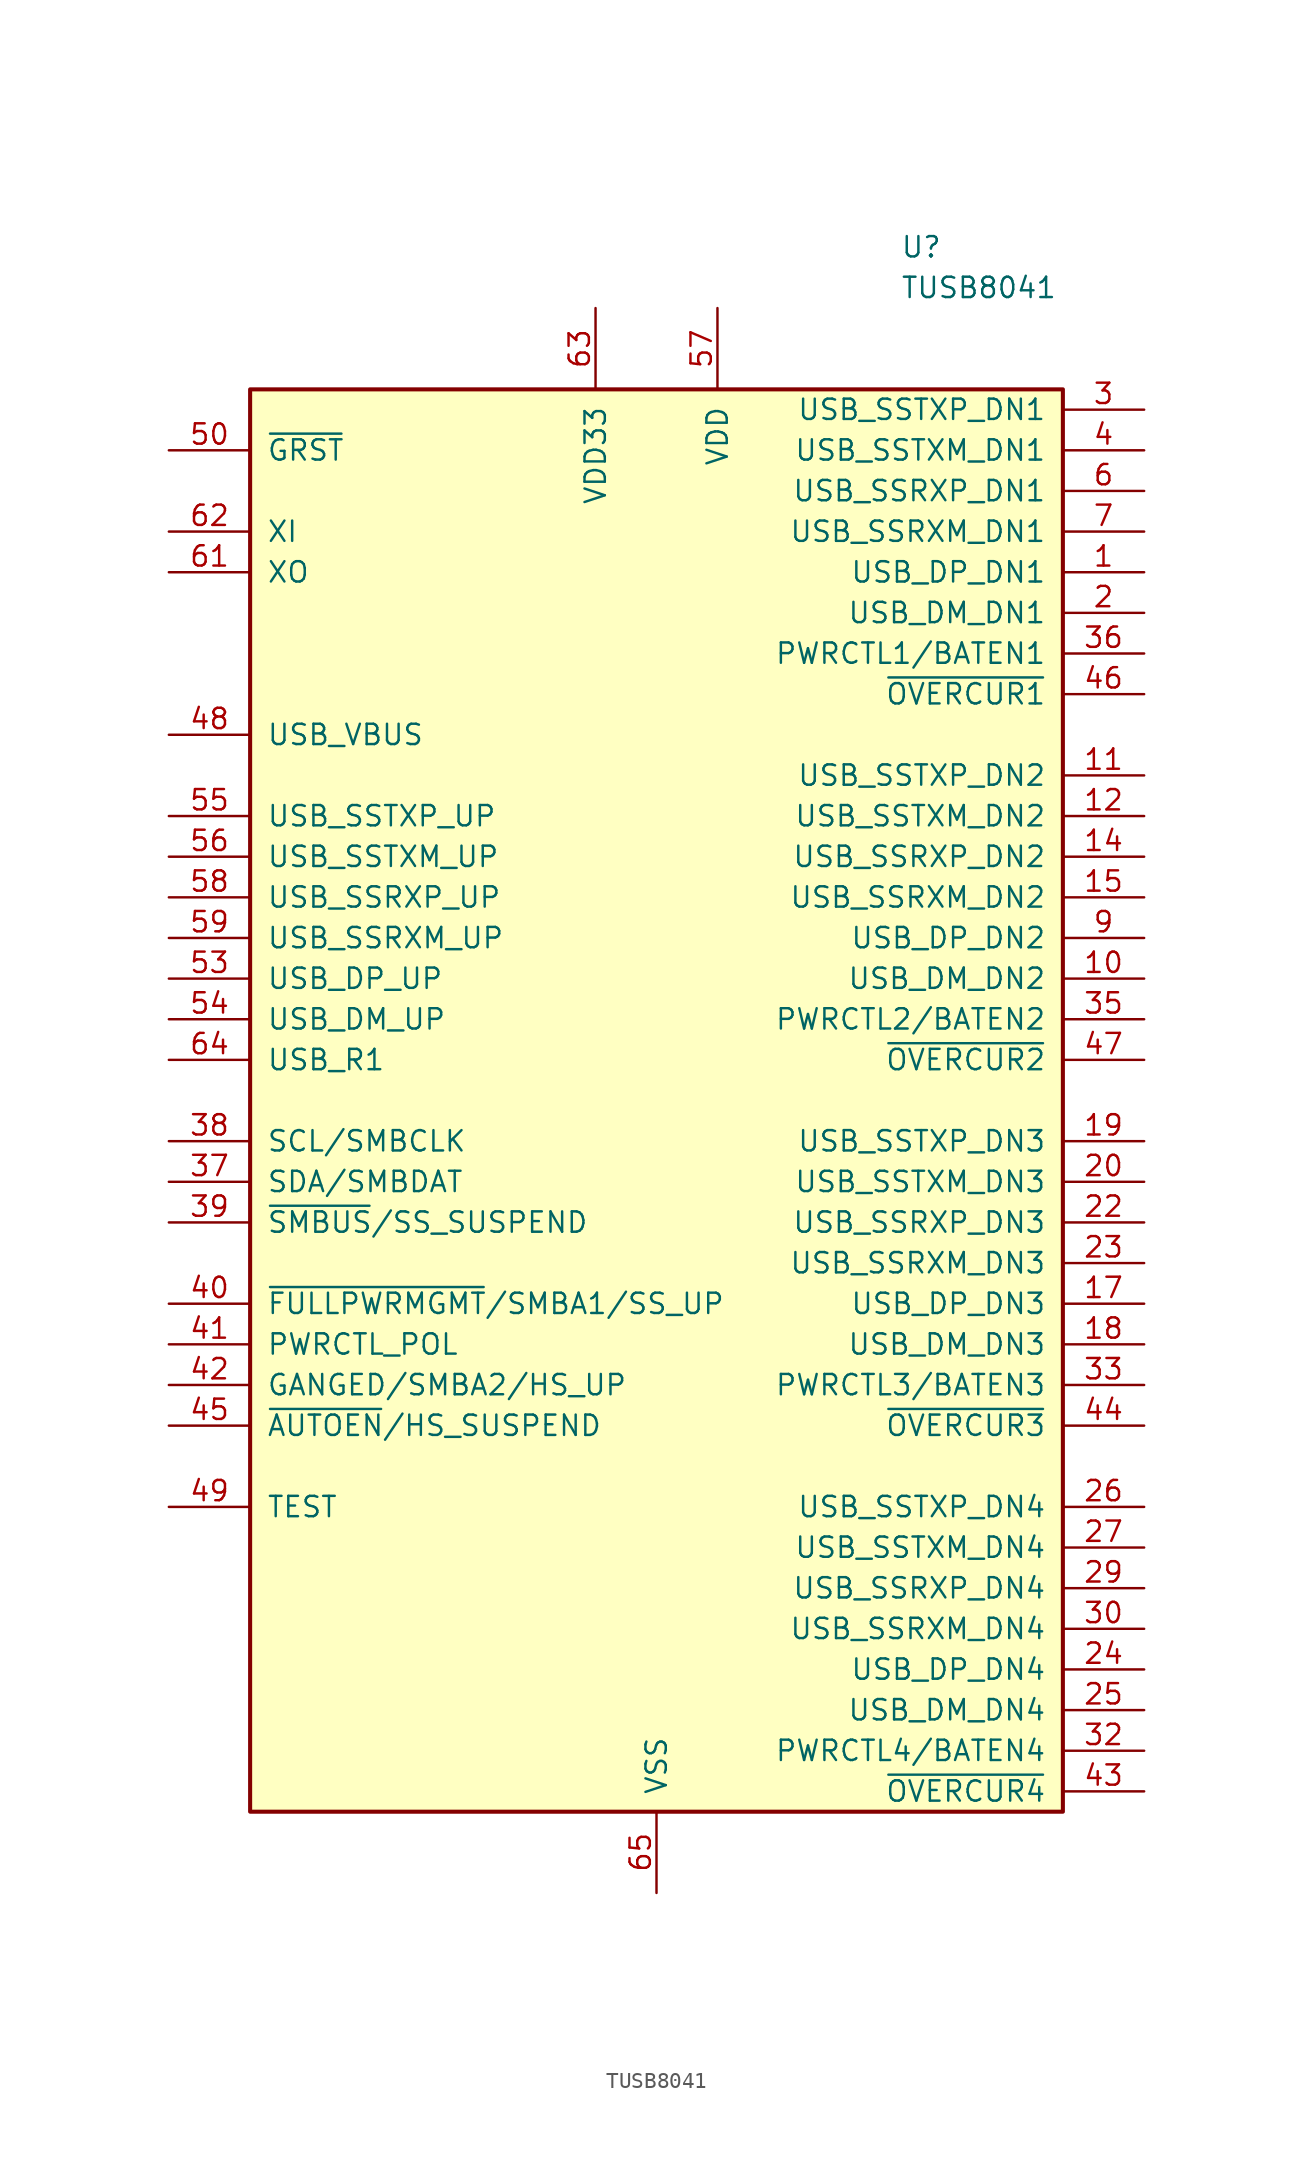
<source format=kicad_sym>
(kicad_symbol_lib
  (version 20241209)
  (generator "kicad_symbol_editor")
  (generator_version "9.0")
  (symbol "TUSB8041"
    (pin_names
      (offset 1.016))
    (property "Reference" "U"
      (at 15.24 53.34 0)
      (effects (font (size 1.27 1.27)) (justify left)))
    (property "Value" "TUSB8041"
      (at 15.24 50.8 0)
      (effects (font (size 1.27 1.27)) (justify left)))
    (symbol "TUSB8041_0_1"
      (rectangle (start -25.4 44.45) (end 25.4 -44.45) (stroke (width 0.254) (type solid)) (fill (type background))))
    (symbol "TUSB8041_1_1"
      (pin input line (at -30.48 40.64 0) (length 5.08) (name "~{GRST}" (effects (font (size 1.27 1.27)))) (number "50" (effects (font (size 1.27 1.27)))))
      (pin input line (at -30.48 35.56 0) (length 5.08) (name "XI" (effects (font (size 1.27 1.27)))) (number "62" (effects (font (size 1.27 1.27)))))
      (pin output line (at -30.48 33.02 0) (length 5.08) (name "XO" (effects (font (size 1.27 1.27)))) (number "61" (effects (font (size 1.27 1.27)))))
      (pin input line (at -30.48 22.86 0) (length 5.08) (name "USB_VBUS" (effects (font (size 1.27 1.27)))) (number "48" (effects (font (size 1.27 1.27)))))
      (pin output line (at -30.48 17.78 0) (length 5.08) (name "USB_SSTXP_UP" (effects (font (size 1.27 1.27)))) (number "55" (effects (font (size 1.27 1.27)))))
      (pin output line (at -30.48 15.24 0) (length 5.08) (name "USB_SSTXM_UP" (effects (font (size 1.27 1.27)))) (number "56" (effects (font (size 1.27 1.27)))))
      (pin input line (at -30.48 12.7 0) (length 5.08) (name "USB_SSRXP_UP" (effects (font (size 1.27 1.27)))) (number "58" (effects (font (size 1.27 1.27)))))
      (pin input line (at -30.48 10.16 0) (length 5.08) (name "USB_SSRXM_UP" (effects (font (size 1.27 1.27)))) (number "59" (effects (font (size 1.27 1.27)))))
      (pin bidirectional line (at -30.48 7.62 0) (length 5.08) (name "USB_DP_UP" (effects (font (size 1.27 1.27)))) (number "53" (effects (font (size 1.27 1.27)))))
      (pin bidirectional line (at -30.48 5.08 0) (length 5.08) (name "USB_DM_UP" (effects (font (size 1.27 1.27)))) (number "54" (effects (font (size 1.27 1.27)))))
      (pin input line (at -30.48 2.54 0) (length 5.08) (name "USB_R1" (effects (font (size 1.27 1.27)))) (number "64" (effects (font (size 1.27 1.27)))))
      (pin bidirectional line (at -30.48 -2.54 0) (length 5.08) (name "SCL/SMBCLK" (effects (font (size 1.27 1.27)))) (number "38" (effects (font (size 1.27 1.27)))))
      (pin bidirectional line (at -30.48 -5.08 0) (length 5.08) (name "SDA/SMBDAT" (effects (font (size 1.27 1.27)))) (number "37" (effects (font (size 1.27 1.27)))))
      (pin bidirectional line (at -30.48 -7.62 0) (length 5.08) (name "~{SMBUS}/SS_SUSPEND" (effects (font (size 1.27 1.27)))) (number "39" (effects (font (size 1.27 1.27)))))
      (pin bidirectional line (at -30.48 -12.7 0) (length 5.08) (name "~{FULLPWRMGMT}/SMBA1/SS_UP" (effects (font (size 1.27 1.27)))) (number "40" (effects (font (size 1.27 1.27)))))
      (pin bidirectional line (at -30.48 -15.24 0) (length 5.08) (name "PWRCTL_POL" (effects (font (size 1.27 1.27)))) (number "41" (effects (font (size 1.27 1.27)))))
      (pin bidirectional line (at -30.48 -17.78 0) (length 5.08) (name "GANGED/SMBA2/HS_UP" (effects (font (size 1.27 1.27)))) (number "42" (effects (font (size 1.27 1.27)))))
      (pin bidirectional line (at -30.48 -20.32 0) (length 5.08) (name "~{AUTOEN}/HS_SUSPEND" (effects (font (size 1.27 1.27)))) (number "45" (effects (font (size 1.27 1.27)))))
      (pin input line (at -30.48 -25.4 0) (length 5.08) (name "TEST" (effects (font (size 1.27 1.27)))) (number "49" (effects (font (size 1.27 1.27)))))
      (pin passive line (at -3.81 49.53 270) (length 5.08) (hide yes) (name "VDD33" (effects (font (size 1.27 1.27)))) (number "16" (effects (font (size 1.27 1.27)))))
      (pin passive line (at -3.81 49.53 270) (length 5.08) (hide yes) (name "VDD33" (effects (font (size 1.27 1.27)))) (number "34" (effects (font (size 1.27 1.27)))))
      (pin passive line (at -3.81 49.53 270) (length 5.08) (hide yes) (name "VDD33" (effects (font (size 1.27 1.27)))) (number "52" (effects (font (size 1.27 1.27)))))
      (pin power_in line (at -3.81 49.53 270) (length 5.08) (name "VDD33" (effects (font (size 1.27 1.27)))) (number "63" (effects (font (size 1.27 1.27)))))
      (pin no_connect line (at -2.54 35.56 180) (length 5.08) (hide yes) (name "NC" (effects (font (size 1.27 1.27)))) (number "60" (effects (font (size 1.27 1.27)))))
      (pin power_in line (at 0 -49.53 90) (length 5.08) (name "VSS" (effects (font (size 1.27 1.27)))) (number "65" (effects (font (size 1.27 1.27)))))
      (pin passive line (at 3.81 49.53 270) (length 5.08) (hide yes) (name "VDD" (effects (font (size 1.27 1.27)))) (number "13" (effects (font (size 1.27 1.27)))))
      (pin passive line (at 3.81 49.53 270) (length 5.08) (hide yes) (name "VDD" (effects (font (size 1.27 1.27)))) (number "21" (effects (font (size 1.27 1.27)))))
      (pin passive line (at 3.81 49.53 270) (length 5.08) (hide yes) (name "VDD" (effects (font (size 1.27 1.27)))) (number "28" (effects (font (size 1.27 1.27)))))
      (pin passive line (at 3.81 49.53 270) (length 5.08) (hide yes) (name "VDD" (effects (font (size 1.27 1.27)))) (number "31" (effects (font (size 1.27 1.27)))))
      (pin passive line (at 3.81 49.53 270) (length 5.08) (hide yes) (name "VDD" (effects (font (size 1.27 1.27)))) (number "5" (effects (font (size 1.27 1.27)))))
      (pin passive line (at 3.81 49.53 270) (length 5.08) (hide yes) (name "VDD" (effects (font (size 1.27 1.27)))) (number "51" (effects (font (size 1.27 1.27)))))
      (pin power_in line (at 3.81 49.53 270) (length 5.08) (name "VDD" (effects (font (size 1.27 1.27)))) (number "57" (effects (font (size 1.27 1.27)))))
      (pin passive line (at 3.81 49.53 270) (length 5.08) (hide yes) (name "VDD" (effects (font (size 1.27 1.27)))) (number "8" (effects (font (size 1.27 1.27)))))
      (pin output line (at 30.48 43.18 180) (length 5.08) (name "USB_SSTXP_DN1" (effects (font (size 1.27 1.27)))) (number "3" (effects (font (size 1.27 1.27)))))
      (pin output line (at 30.48 40.64 180) (length 5.08) (name "USB_SSTXM_DN1" (effects (font (size 1.27 1.27)))) (number "4" (effects (font (size 1.27 1.27)))))
      (pin input line (at 30.48 38.1 180) (length 5.08) (name "USB_SSRXP_DN1" (effects (font (size 1.27 1.27)))) (number "6" (effects (font (size 1.27 1.27)))))
      (pin input line (at 30.48 35.56 180) (length 5.08) (name "USB_SSRXM_DN1" (effects (font (size 1.27 1.27)))) (number "7" (effects (font (size 1.27 1.27)))))
      (pin bidirectional line (at 30.48 33.02 180) (length 5.08) (name "USB_DP_DN1" (effects (font (size 1.27 1.27)))) (number "1" (effects (font (size 1.27 1.27)))))
      (pin bidirectional line (at 30.48 30.48 180) (length 5.08) (name "USB_DM_DN1" (effects (font (size 1.27 1.27)))) (number "2" (effects (font (size 1.27 1.27)))))
      (pin bidirectional line (at 30.48 27.94 180) (length 5.08) (name "PWRCTL1/BATEN1" (effects (font (size 1.27 1.27)))) (number "36" (effects (font (size 1.27 1.27)))))
      (pin input line (at 30.48 25.4 180) (length 5.08) (name "~{OVERCUR1}" (effects (font (size 1.27 1.27)))) (number "46" (effects (font (size 1.27 1.27)))))
      (pin output line (at 30.48 20.32 180) (length 5.08) (name "USB_SSTXP_DN2" (effects (font (size 1.27 1.27)))) (number "11" (effects (font (size 1.27 1.27)))))
      (pin output line (at 30.48 17.78 180) (length 5.08) (name "USB_SSTXM_DN2" (effects (font (size 1.27 1.27)))) (number "12" (effects (font (size 1.27 1.27)))))
      (pin input line (at 30.48 15.24 180) (length 5.08) (name "USB_SSRXP_DN2" (effects (font (size 1.27 1.27)))) (number "14" (effects (font (size 1.27 1.27)))))
      (pin input line (at 30.48 12.7 180) (length 5.08) (name "USB_SSRXM_DN2" (effects (font (size 1.27 1.27)))) (number "15" (effects (font (size 1.27 1.27)))))
      (pin bidirectional line (at 30.48 10.16 180) (length 5.08) (name "USB_DP_DN2" (effects (font (size 1.27 1.27)))) (number "9" (effects (font (size 1.27 1.27)))))
      (pin bidirectional line (at 30.48 7.62 180) (length 5.08) (name "USB_DM_DN2" (effects (font (size 1.27 1.27)))) (number "10" (effects (font (size 1.27 1.27)))))
      (pin bidirectional line (at 30.48 5.08 180) (length 5.08) (name "PWRCTL2/BATEN2" (effects (font (size 1.27 1.27)))) (number "35" (effects (font (size 1.27 1.27)))))
      (pin input line (at 30.48 2.54 180) (length 5.08) (name "~{OVERCUR2}" (effects (font (size 1.27 1.27)))) (number "47" (effects (font (size 1.27 1.27)))))
      (pin output line (at 30.48 -2.54 180) (length 5.08) (name "USB_SSTXP_DN3" (effects (font (size 1.27 1.27)))) (number "19" (effects (font (size 1.27 1.27)))))
      (pin output line (at 30.48 -5.08 180) (length 5.08) (name "USB_SSTXM_DN3" (effects (font (size 1.27 1.27)))) (number "20" (effects (font (size 1.27 1.27)))))
      (pin input line (at 30.48 -7.62 180) (length 5.08) (name "USB_SSRXP_DN3" (effects (font (size 1.27 1.27)))) (number "22" (effects (font (size 1.27 1.27)))))
      (pin input line (at 30.48 -10.16 180) (length 5.08) (name "USB_SSRXM_DN3" (effects (font (size 1.27 1.27)))) (number "23" (effects (font (size 1.27 1.27)))))
      (pin bidirectional line (at 30.48 -12.7 180) (length 5.08) (name "USB_DP_DN3" (effects (font (size 1.27 1.27)))) (number "17" (effects (font (size 1.27 1.27)))))
      (pin bidirectional line (at 30.48 -15.24 180) (length 5.08) (name "USB_DM_DN3" (effects (font (size 1.27 1.27)))) (number "18" (effects (font (size 1.27 1.27)))))
      (pin bidirectional line (at 30.48 -17.78 180) (length 5.08) (name "PWRCTL3/BATEN3" (effects (font (size 1.27 1.27)))) (number "33" (effects (font (size 1.27 1.27)))))
      (pin input line (at 30.48 -20.32 180) (length 5.08) (name "~{OVERCUR3}" (effects (font (size 1.27 1.27)))) (number "44" (effects (font (size 1.27 1.27)))))
      (pin output line (at 30.48 -25.4 180) (length 5.08) (name "USB_SSTXP_DN4" (effects (font (size 1.27 1.27)))) (number "26" (effects (font (size 1.27 1.27)))))
      (pin output line (at 30.48 -27.94 180) (length 5.08) (name "USB_SSTXM_DN4" (effects (font (size 1.27 1.27)))) (number "27" (effects (font (size 1.27 1.27)))))
      (pin input line (at 30.48 -30.48 180) (length 5.08) (name "USB_SSRXP_DN4" (effects (font (size 1.27 1.27)))) (number "29" (effects (font (size 1.27 1.27)))))
      (pin input line (at 30.48 -33.02 180) (length 5.08) (name "USB_SSRXM_DN4" (effects (font (size 1.27 1.27)))) (number "30" (effects (font (size 1.27 1.27)))))
      (pin bidirectional line (at 30.48 -35.56 180) (length 5.08) (name "USB_DP_DN4" (effects (font (size 1.27 1.27)))) (number "24" (effects (font (size 1.27 1.27)))))
      (pin bidirectional line (at 30.48 -38.1 180) (length 5.08) (name "USB_DM_DN4" (effects (font (size 1.27 1.27)))) (number "25" (effects (font (size 1.27 1.27)))))
      (pin bidirectional line (at 30.48 -40.64 180) (length 5.08) (name "PWRCTL4/BATEN4" (effects (font (size 1.27 1.27)))) (number "32" (effects (font (size 1.27 1.27)))))
      (pin input line (at 30.48 -43.18 180) (length 5.08) (name "~{OVERCUR4}" (effects (font (size 1.27 1.27)))) (number "43" (effects (font (size 1.27 1.27))))))))
</source>
